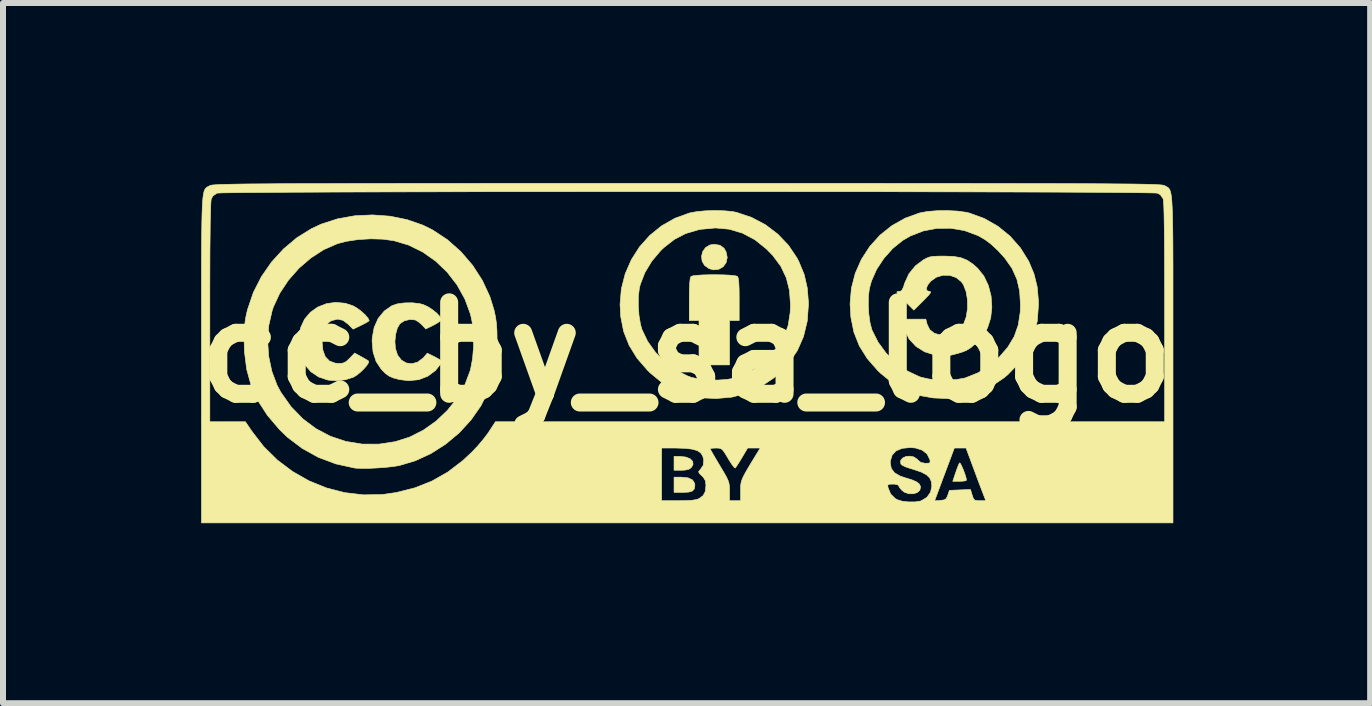
<source format=kicad_pcb>
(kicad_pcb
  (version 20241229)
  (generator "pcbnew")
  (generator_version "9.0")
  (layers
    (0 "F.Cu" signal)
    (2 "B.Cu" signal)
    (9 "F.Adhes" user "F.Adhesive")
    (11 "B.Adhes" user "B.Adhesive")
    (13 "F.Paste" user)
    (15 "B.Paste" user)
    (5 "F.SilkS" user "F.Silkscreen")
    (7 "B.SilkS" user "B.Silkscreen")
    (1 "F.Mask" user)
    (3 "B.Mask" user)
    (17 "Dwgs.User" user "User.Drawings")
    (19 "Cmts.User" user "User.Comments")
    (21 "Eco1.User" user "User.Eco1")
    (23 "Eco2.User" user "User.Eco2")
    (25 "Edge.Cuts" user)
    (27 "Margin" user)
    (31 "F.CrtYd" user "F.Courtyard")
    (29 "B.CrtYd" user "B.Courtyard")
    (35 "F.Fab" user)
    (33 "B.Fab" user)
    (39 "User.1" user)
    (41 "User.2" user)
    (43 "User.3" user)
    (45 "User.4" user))
  (footprint "cc_by_sa_logo"
    (layer "F.Cu")
    (at 8.389 2.822)
    (property "Reference" "cc_by_sa_logo" (at 0 0 0) (layer "F.SilkS") (effects (font (size 1.524 1.524) (thickness 0.3))))
    (attr through_hole)
    (fp_poly (pts (xy -0.015 1.743) (xy 0.06 1.772) (xy 0.103 1.816) (xy 0.108 1.868) (xy 0.079 1.918) (xy 0.038 1.947) (xy -0.027 1.961) (xy -0.084 1.963) (xy -0.208 1.963) (xy -0.208 1.732) (xy -0.117 1.732) (xy -0.015 1.743)) (stroke (width 0.01) (type solid)) (fill yes) (layer "F.SilkS"))
    (fp_poly (pts (xy 0.027 2.09) (xy 0.101 2.126) (xy 0.136 2.185) (xy 0.139 2.213) (xy 0.13 2.272) (xy 0.099 2.308) (xy 0.037 2.327) (xy -0.062 2.332) (xy -0.208 2.332) (xy -0.208 2.078) (xy -0.086 2.078) (xy 0.027 2.09)) (stroke (width 0.01) (type solid)) (fill yes) (layer "F.SilkS"))
    (fp_poly (pts (xy 4.563 1.851) (xy 4.585 1.895) (xy 4.612 1.956) (xy 4.637 2.024) (xy 4.656 2.085) (xy 4.664 2.127) (xy 4.664 2.129) (xy 4.644 2.14) (xy 4.591 2.146) (xy 4.55 2.147) (xy 4.436 2.147) (xy 4.484 2.003) (xy 4.511 1.926) (xy 4.535 1.867) (xy 4.549 1.84) (xy 4.563 1.851)) (stroke (width 0.01) (type solid)) (fill yes) (layer "F.SilkS"))
    (fp_poly (pts (xy 0.555 -1.786) (xy 0.623 -1.738) (xy 0.658 -1.678) (xy 0.678 -1.582) (xy 0.659 -1.496) (xy 0.61 -1.428) (xy 0.538 -1.386) (xy 0.449 -1.376) (xy 0.374 -1.397) (xy 0.3 -1.45) (xy 0.259 -1.522) (xy 0.25 -1.603) (xy 0.27 -1.681) (xy 0.317 -1.747) (xy 0.389 -1.79) (xy 0.458 -1.801) (xy 0.555 -1.786)) (stroke (width 0.01) (type solid)) (fill yes) (layer "F.SilkS"))
    (fp_poly (pts (xy 0.621 -1.292) (xy 0.722 -1.287) (xy 0.8 -1.279) (xy 0.845 -1.269) (xy 0.85 -1.265) (xy 0.862 -1.233) (xy 0.871 -1.162) (xy 0.876 -1.049) (xy 0.877 -0.894) (xy 0.877 -0.884) (xy 0.877 -0.531) (xy 0.716 -0.531) (xy 0.716 0.208) (xy 0.208 0.208) (xy 0.208 -0.531) (xy 0.046 -0.531) (xy 0.046 -0.884) (xy 0.048 -1.042) (xy 0.053 -1.157) (xy 0.061 -1.23) (xy 0.073 -1.265) (xy 0.074 -1.265) (xy 0.108 -1.277) (xy 0.178 -1.285) (xy 0.274 -1.291) (xy 0.387 -1.294) (xy 0.506 -1.294) (xy 0.621 -1.292)) (stroke (width 0.01) (type solid)) (fill yes) (layer "F.SilkS"))
    (fp_poly (pts (xy -5.687 -0.819) (xy -5.558 -0.777) (xy -5.49 -0.738) (xy -5.419 -0.685) (xy -5.354 -0.626) (xy -5.307 -0.571) (xy -5.288 -0.531) (xy -5.288 -0.53) (xy -5.307 -0.514) (xy -5.357 -0.485) (xy -5.422 -0.452) (xy -5.556 -0.388) (xy -5.639 -0.471) (xy -5.725 -0.535) (xy -5.815 -0.555) (xy -5.913 -0.53) (xy -5.937 -0.518) (xy -6.008 -0.457) (xy -6.053 -0.359) (xy -6.072 -0.223) (xy -6.073 -0.18) (xy -6.059 -0.036) (xy -6.019 0.072) (xy -5.95 0.143) (xy -5.853 0.179) (xy -5.786 0.184) (xy -5.723 0.178) (xy -5.671 0.152) (xy -5.613 0.098) (xy -5.53 0.011) (xy -5.422 0.07) (xy -5.358 0.106) (xy -5.311 0.134) (xy -5.297 0.145) (xy -5.299 0.172) (xy -5.329 0.219) (xy -5.378 0.276) (xy -5.438 0.333) (xy -5.5 0.382) (xy -5.547 0.411) (xy -5.683 0.455) (xy -5.834 0.472) (xy -5.973 0.461) (xy -6.129 0.409) (xy -6.259 0.322) (xy -6.36 0.206) (xy -6.429 0.065) (xy -6.463 -0.094) (xy -6.46 -0.268) (xy -6.43 -0.413) (xy -6.365 -0.553) (xy -6.268 -0.668) (xy -6.144 -0.756) (xy -6.001 -0.812) (xy -5.847 -0.834) (xy -5.687 -0.819)) (stroke (width 0.01) (type solid)) (fill yes) (layer "F.SilkS"))
    (fp_poly (pts (xy -4.449 -0.813) (xy -4.387 -0.797) (xy -4.311 -0.762) (xy -4.232 -0.711) (xy -4.161 -0.653) (xy -4.109 -0.597) (xy -4.087 -0.551) (xy -4.087 -0.547) (xy -4.106 -0.522) (xy -4.156 -0.487) (xy -4.216 -0.454) (xy -4.345 -0.391) (xy -4.407 -0.458) (xy -4.462 -0.506) (xy -4.515 -0.539) (xy -4.523 -0.542) (xy -4.612 -0.549) (xy -4.704 -0.526) (xy -4.776 -0.478) (xy -4.819 -0.405) (xy -4.847 -0.302) (xy -4.859 -0.183) (xy -4.851 -0.067) (xy -4.814 0.046) (xy -4.751 0.128) (xy -4.669 0.176) (xy -4.575 0.188) (xy -4.479 0.161) (xy -4.389 0.093) (xy -4.371 0.073) (xy -4.32 0.013) (xy -4.191 0.076) (xy -4.112 0.12) (xy -4.078 0.153) (xy -4.079 0.168) (xy -4.182 0.3) (xy -4.311 0.396) (xy -4.461 0.454) (xy -4.628 0.471) (xy -4.78 0.453) (xy -4.883 0.426) (xy -4.957 0.394) (xy -5.021 0.347) (xy -5.087 0.279) (xy -5.172 0.151) (xy -5.223 -0.006) (xy -5.239 -0.188) (xy -5.237 -0.241) (xy -5.205 -0.415) (xy -5.138 -0.566) (xy -5.036 -0.69) (xy -4.91 -0.778) (xy -4.818 -0.809) (xy -4.7 -0.825) (xy -4.571 -0.827) (xy -4.449 -0.813)) (stroke (width 0.01) (type solid)) (fill yes) (layer "F.SilkS"))
    (fp_poly (pts (xy 4.449 -1.599) (xy 4.571 -1.578) (xy 4.674 -1.537) (xy 4.771 -1.472) (xy 4.851 -1.401) (xy 4.954 -1.272) (xy 5.029 -1.115) (xy 5.074 -0.94) (xy 5.087 -0.757) (xy 5.068 -0.575) (xy 5.015 -0.409) (xy 4.946 -0.291) (xy 4.848 -0.176) (xy 4.736 -0.079) (xy 4.662 -0.033) (xy 4.599 -0.008) (xy 4.514 0.018) (xy 4.421 0.042) (xy 4.335 0.06) (xy 4.27 0.068) (xy 4.249 0.067) (xy 4.221 0.061) (xy 4.165 0.05) (xy 4.143 0.045) (xy 3.968 -0.01) (xy 3.823 -0.1) (xy 3.71 -0.222) (xy 3.631 -0.376) (xy 3.602 -0.475) (xy 3.584 -0.554) (xy 3.987 -0.554) (xy 4.008 -0.47) (xy 4.052 -0.379) (xy 4.131 -0.318) (xy 4.245 -0.287) (xy 4.277 -0.283) (xy 4.404 -0.291) (xy 4.505 -0.335) (xy 4.585 -0.419) (xy 4.615 -0.469) (xy 4.66 -0.592) (xy 4.682 -0.732) (xy 4.681 -0.877) (xy 4.658 -1.013) (xy 4.614 -1.127) (xy 4.58 -1.177) (xy 4.493 -1.247) (xy 4.387 -1.284) (xy 4.272 -1.286) (xy 4.162 -1.253) (xy 4.071 -1.189) (xy 4.018 -1.124) (xy 3.996 -1.068) (xy 4.005 -1.03) (xy 4.046 -1.016) (xy 4.066 -1.011) (xy 4.064 -0.994) (xy 4.037 -0.958) (xy 3.981 -0.899) (xy 3.943 -0.86) (xy 3.787 -0.705) (xy 3.631 -0.86) (xy 3.56 -0.932) (xy 3.519 -0.978) (xy 3.504 -1.003) (xy 3.512 -1.014) (xy 3.535 -1.016) (xy 3.569 -1.021) (xy 3.593 -1.044) (xy 3.616 -1.093) (xy 3.634 -1.153) (xy 3.705 -1.309) (xy 3.813 -1.442) (xy 3.945 -1.541) (xy 3.998 -1.57) (xy 4.046 -1.589) (xy 4.103 -1.599) (xy 4.181 -1.604) (xy 4.292 -1.605) (xy 4.295 -1.605) (xy 4.449 -1.599)) (stroke (width 0.01) (type solid)) (fill yes) (layer "F.SilkS"))
    (fp_poly (pts (xy 0.624 -2.36) (xy 0.76 -2.348) (xy 0.831 -2.334) (xy 1.082 -2.25) (xy 1.314 -2.128) (xy 1.521 -1.971) (xy 1.699 -1.784) (xy 1.842 -1.571) (xy 1.872 -1.512) (xy 1.96 -1.299) (xy 2.011 -1.077) (xy 2.031 -0.835) (xy 2.031 -0.797) (xy 2.011 -0.521) (xy 1.949 -0.265) (xy 1.847 -0.032) (xy 1.704 0.18) (xy 1.521 0.369) (xy 1.45 0.428) (xy 1.229 0.576) (xy 0.999 0.681) (xy 0.756 0.745) (xy 0.494 0.768) (xy 0.277 0.758) (xy 0.037 0.716) (xy -0.186 0.635) (xy -0.396 0.514) (xy -0.598 0.348) (xy -0.647 0.301) (xy -0.824 0.097) (xy -0.957 -0.119) (xy -1.048 -0.35) (xy -1.097 -0.599) (xy -1.106 -0.775) (xy -0.804 -0.775) (xy -0.792 -0.613) (xy -0.767 -0.465) (xy -0.743 -0.382) (xy -0.649 -0.185) (xy -0.518 -0.002) (xy -0.358 0.161) (xy -0.177 0.295) (xy 0.018 0.393) (xy 0.079 0.415) (xy 0.205 0.443) (xy 0.357 0.458) (xy 0.518 0.461) (xy 0.671 0.451) (xy 0.799 0.428) (xy 0.81 0.425) (xy 1.026 0.339) (xy 1.227 0.211) (xy 1.375 0.081) (xy 1.521 -0.087) (xy 1.626 -0.261) (xy 1.694 -0.452) (xy 1.727 -0.666) (xy 1.732 -0.797) (xy 1.715 -1.033) (xy 1.662 -1.243) (xy 1.571 -1.435) (xy 1.438 -1.614) (xy 1.333 -1.722) (xy 1.14 -1.877) (xy 0.933 -1.987) (xy 0.712 -2.053) (xy 0.48 -2.074) (xy 0.236 -2.051) (xy 0.196 -2.043) (xy -0.014 -1.981) (xy -0.202 -1.884) (xy -0.376 -1.748) (xy -0.428 -1.699) (xy -0.578 -1.522) (xy -0.694 -1.33) (xy -0.771 -1.132) (xy -0.786 -1.07) (xy -0.803 -0.933) (xy -0.804 -0.775) (xy -1.106 -0.775) (xy -1.108 -0.797) (xy -1.086 -1.059) (xy -1.022 -1.31) (xy -0.92 -1.544) (xy -0.783 -1.759) (xy -0.614 -1.948) (xy -0.417 -2.108) (xy -0.194 -2.235) (xy 0.048 -2.323) (xy 0.165 -2.345) (xy 0.31 -2.359) (xy 0.469 -2.364) (xy 0.624 -2.36)) (stroke (width 0.01) (type solid)) (fill yes) (layer "F.SilkS"))
    (fp_poly (pts (xy 4.511 -2.355) (xy 4.657 -2.335) (xy 4.71 -2.323) (xy 4.96 -2.232) (xy 5.188 -2.102) (xy 5.391 -1.937) (xy 5.564 -1.74) (xy 5.702 -1.517) (xy 5.789 -1.309) (xy 5.842 -1.095) (xy 5.863 -0.861) (xy 5.864 -0.797) (xy 5.844 -0.521) (xy 5.782 -0.265) (xy 5.68 -0.032) (xy 5.537 0.18) (xy 5.354 0.369) (xy 5.283 0.428) (xy 5.062 0.576) (xy 4.832 0.681) (xy 4.589 0.745) (xy 4.327 0.768) (xy 4.11 0.758) (xy 3.871 0.716) (xy 3.648 0.636) (xy 3.438 0.514) (xy 3.235 0.349) (xy 3.185 0.301) (xy 3.01 0.101) (xy 2.878 -0.111) (xy 2.788 -0.339) (xy 2.738 -0.588) (xy 2.726 -0.793) (xy 3.028 -0.793) (xy 3.037 -0.639) (xy 3.057 -0.496) (xy 3.087 -0.38) (xy 3.09 -0.372) (xy 3.191 -0.171) (xy 3.327 0.014) (xy 3.491 0.176) (xy 3.676 0.308) (xy 3.874 0.402) (xy 3.912 0.415) (xy 4.038 0.443) (xy 4.19 0.458) (xy 4.351 0.461) (xy 4.504 0.451) (xy 4.632 0.428) (xy 4.643 0.425) (xy 4.859 0.339) (xy 5.058 0.212) (xy 5.207 0.081) (xy 5.354 -0.089) (xy 5.46 -0.265) (xy 5.527 -0.456) (xy 5.56 -0.67) (xy 5.564 -0.797) (xy 5.55 -1.023) (xy 5.504 -1.221) (xy 5.423 -1.401) (xy 5.303 -1.572) (xy 5.195 -1.691) (xy 5.08 -1.799) (xy 4.974 -1.879) (xy 4.865 -1.942) (xy 4.852 -1.948) (xy 4.631 -2.03) (xy 4.402 -2.069) (xy 4.17 -2.067) (xy 3.944 -2.024) (xy 3.729 -1.94) (xy 3.602 -1.867) (xy 3.435 -1.732) (xy 3.288 -1.567) (xy 3.167 -1.384) (xy 3.081 -1.19) (xy 3.047 -1.068) (xy 3.031 -0.941) (xy 3.028 -0.793) (xy 2.726 -0.793) (xy 2.725 -0.81) (xy 2.747 -1.07) (xy 2.811 -1.318) (xy 2.914 -1.551) (xy 3.052 -1.764) (xy 3.222 -1.953) (xy 3.421 -2.112) (xy 3.645 -2.238) (xy 3.881 -2.323) (xy 4.012 -2.348) (xy 4.172 -2.361) (xy 4.344 -2.363) (xy 4.511 -2.355)) (stroke (width 0.01) (type solid)) (fill yes) (layer "F.SilkS"))
    (fp_poly (pts (xy -4.941 -2.27) (xy -4.659 -2.213) (xy -4.394 -2.121) (xy -4.235 -2.043) (xy -3.986 -1.879) (xy -3.761 -1.68) (xy -3.565 -1.452) (xy -3.403 -1.201) (xy -3.278 -0.933) (xy -3.207 -0.704) (xy -3.183 -0.591) (xy -3.167 -0.48) (xy -3.159 -0.354) (xy -3.157 -0.2) (xy -3.157 -0.185) (xy -3.162 0.026) (xy -3.18 0.207) (xy -3.213 0.372) (xy -3.263 0.537) (xy -3.301 0.637) (xy -3.426 0.889) (xy -3.591 1.125) (xy -3.788 1.34) (xy -4.013 1.528) (xy -4.259 1.685) (xy -4.522 1.806) (xy -4.784 1.884) (xy -4.881 1.9) (xy -5.005 1.914) (xy -5.142 1.924) (xy -5.28 1.931) (xy -5.405 1.932) (xy -5.503 1.929) (xy -5.53 1.926) (xy -5.841 1.858) (xy -6.133 1.749) (xy -6.404 1.599) (xy -6.651 1.412) (xy -6.786 1.281) (xy -6.985 1.046) (xy -7.141 0.805) (xy -7.255 0.551) (xy -7.329 0.28) (xy -7.366 -0.013) (xy -7.371 -0.19) (xy -6.98 -0.19) (xy -6.962 0.067) (xy -6.909 0.317) (xy -6.822 0.548) (xy -6.759 0.665) (xy -6.59 0.904) (xy -6.394 1.106) (xy -6.174 1.271) (xy -5.934 1.397) (xy -5.677 1.483) (xy -5.407 1.527) (xy -5.126 1.528) (xy -4.855 1.487) (xy -4.615 1.411) (xy -4.385 1.295) (xy -4.172 1.144) (xy -3.982 0.963) (xy -3.82 0.759) (xy -3.692 0.536) (xy -3.603 0.299) (xy -3.599 0.285) (xy -3.565 0.103) (xy -3.548 -0.102) (xy -3.551 -0.31) (xy -3.572 -0.506) (xy -3.599 -0.634) (xy -3.693 -0.889) (xy -3.824 -1.125) (xy -3.988 -1.337) (xy -4.18 -1.521) (xy -4.396 -1.673) (xy -4.632 -1.789) (xy -4.874 -1.861) (xy -5.057 -1.887) (xy -5.261 -1.893) (xy -5.471 -1.881) (xy -5.668 -1.851) (xy -5.818 -1.812) (xy -6.046 -1.712) (xy -6.262 -1.572) (xy -6.46 -1.401) (xy -6.634 -1.203) (xy -6.778 -0.986) (xy -6.884 -0.757) (xy -6.905 -0.695) (xy -6.961 -0.448) (xy -6.98 -0.19) (xy -7.371 -0.19) (xy -7.371 -0.196) (xy -7.369 -0.343) (xy -7.362 -0.459) (xy -7.348 -0.564) (xy -7.325 -0.672) (xy -7.311 -0.724) (xy -7.217 -1) (xy -7.083 -1.263) (xy -6.914 -1.506) (xy -6.715 -1.724) (xy -6.491 -1.912) (xy -6.246 -2.064) (xy -6.086 -2.138) (xy -5.814 -2.226) (xy -5.527 -2.277) (xy -5.233 -2.291) (xy -4.941 -2.27)) (stroke (width 0.01) (type solid)) (fill yes) (layer "F.SilkS"))
    (fp_poly (pts (xy 0.731 -2.817) (xy 1.406 -2.817) (xy 2.037 -2.817) (xy 2.627 -2.817) (xy 3.176 -2.817) (xy 3.686 -2.816) (xy 4.159 -2.816) (xy 4.595 -2.816) (xy 4.997 -2.815) (xy 5.366 -2.815) (xy 5.702 -2.814) (xy 6.009 -2.814) (xy 6.286 -2.813) (xy 6.536 -2.812) (xy 6.76 -2.811) (xy 6.959 -2.81) (xy 7.135 -2.808) (xy 7.29 -2.807) (xy 7.424 -2.806) (xy 7.539 -2.804) (xy 7.637 -2.802) (xy 7.718 -2.8) (xy 7.785 -2.798) (xy 7.839 -2.795) (xy 7.882 -2.793) (xy 7.914 -2.79) (xy 7.937 -2.787) (xy 7.953 -2.784) (xy 7.963 -2.781) (xy 7.965 -2.779) (xy 7.986 -2.768) (xy 8.005 -2.758) (xy 8.021 -2.748) (xy 8.036 -2.734) (xy 8.049 -2.715) (xy 8.06 -2.688) (xy 8.07 -2.649) (xy 8.078 -2.598) (xy 8.085 -2.531) (xy 8.09 -2.446) (xy 8.095 -2.341) (xy 8.098 -2.212) (xy 8.101 -2.058) (xy 8.103 -1.876) (xy 8.104 -1.664) (xy 8.105 -1.419) (xy 8.105 -1.139) (xy 8.105 -0.821) (xy 8.105 -0.462) (xy 8.105 -0.061) (xy 8.105 0.113) (xy 8.105 2.84) (xy -8.082 2.84) (xy -8.082 0.113) (xy -8.082 -0.306) (xy -8.082 -0.681) (xy -8.082 -0.683) (xy -7.943 -0.683) (xy -7.943 1.155) (xy -7.35 1.155) (xy -7.245 1.31) (xy -7.046 1.568) (xy -6.818 1.793) (xy -6.564 1.984) (xy -6.29 2.14) (xy -5.999 2.258) (xy -5.696 2.336) (xy -5.385 2.373) (xy -5.069 2.368) (xy -4.833 2.334) (xy -4.523 2.255) (xy -4.241 2.143) (xy -3.979 1.994) (xy -3.731 1.805) (xy -3.575 1.66) (xy -3.512 1.593) (xy -0.416 1.593) (xy -0.416 2.471) (xy -0.137 2.471) (xy 0.002 2.469) (xy 0.103 2.462) (xy 0.172 2.45) (xy 0.208 2.436) (xy 0.276 2.386) (xy 0.312 2.319) (xy 0.323 2.22) (xy 0.323 2.216) (xy 0.315 2.14) (xy 0.282 2.083) (xy 0.255 2.056) (xy 0.212 2.014) (xy 0.201 1.988) (xy 0.217 1.964) (xy 0.23 1.952) (xy 0.279 1.879) (xy 0.287 1.79) (xy 0.269 1.724) (xy 0.235 1.673) (xy 0.179 1.636) (xy 0.096 1.612) (xy 0.038 1.605) (xy 0.393 1.605) (xy 0.404 1.628) (xy 0.435 1.683) (xy 0.481 1.762) (xy 0.538 1.858) (xy 0.554 1.885) (xy 0.619 1.994) (xy 0.664 2.073) (xy 0.692 2.133) (xy 0.708 2.184) (xy 0.714 2.235) (xy 0.716 2.296) (xy 0.716 2.312) (xy 0.716 2.471) (xy 0.901 2.471) (xy 0.901 2.303) (xy 0.901 2.247) (xy 0.903 2.207) (xy 3.354 2.207) (xy 3.354 2.237) (xy 3.359 2.257) (xy 3.402 2.36) (xy 3.475 2.433) (xy 3.514 2.455) (xy 3.594 2.479) (xy 3.698 2.491) (xy 3.805 2.491) (xy 3.896 2.477) (xy 3.906 2.473) (xy 4.133 2.473) (xy 4.23 2.466) (xy 4.293 2.457) (xy 4.327 2.435) (xy 4.35 2.387) (xy 4.353 2.378) (xy 4.38 2.298) (xy 4.555 2.291) (xy 4.731 2.284) (xy 4.759 2.377) (xy 4.78 2.436) (xy 4.805 2.463) (xy 4.853 2.47) (xy 4.887 2.471) (xy 4.987 2.471) (xy 4.944 2.361) (xy 4.921 2.3) (xy 4.885 2.206) (xy 4.842 2.092) (xy 4.796 1.967) (xy 4.779 1.922) (xy 4.657 1.593) (xy 4.462 1.593) (xy 4.365 1.853) (xy 4.318 1.978) (xy 4.269 2.108) (xy 4.225 2.227) (xy 4.2 2.293) (xy 4.133 2.473) (xy 3.906 2.473) (xy 3.913 2.471) (xy 4.005 2.414) (xy 4.065 2.331) (xy 4.087 2.23) (xy 4.079 2.152) (xy 4.051 2.09) (xy 3.998 2.039) (xy 3.913 1.994) (xy 3.791 1.952) (xy 3.714 1.929) (xy 3.642 1.904) (xy 3.588 1.876) (xy 3.57 1.857) (xy 3.567 1.802) (xy 3.599 1.761) (xy 3.653 1.735) (xy 3.719 1.728) (xy 3.786 1.741) (xy 3.843 1.779) (xy 3.852 1.79) (xy 3.903 1.833) (xy 3.974 1.847) (xy 3.983 1.847) (xy 4.039 1.845) (xy 4.059 1.831) (xy 4.056 1.795) (xy 4.053 1.784) (xy 4.008 1.692) (xy 3.927 1.628) (xy 3.813 1.592) (xy 3.729 1.585) (xy 3.593 1.598) (xy 3.492 1.64) (xy 3.426 1.71) (xy 3.396 1.808) (xy 3.394 1.843) (xy 3.412 1.935) (xy 3.466 2.006) (xy 3.559 2.06) (xy 3.639 2.087) (xy 3.756 2.123) (xy 3.833 2.157) (xy 3.878 2.192) (xy 3.898 2.234) (xy 3.899 2.239) (xy 3.888 2.295) (xy 3.844 2.335) (xy 3.78 2.355) (xy 3.706 2.355) (xy 3.634 2.331) (xy 3.59 2.299) (xy 3.551 2.254) (xy 3.533 2.22) (xy 3.533 2.218) (xy 3.512 2.203) (xy 3.461 2.194) (xy 3.438 2.194) (xy 3.378 2.196) (xy 3.354 2.207) (xy 0.903 2.207) (xy 0.904 2.2) (xy 0.912 2.156) (xy 0.928 2.108) (xy 0.956 2.049) (xy 0.997 1.974) (xy 1.055 1.876) (xy 1.133 1.748) (xy 1.182 1.668) (xy 1.228 1.593) (xy 1.018 1.593) (xy 0.922 1.755) (xy 0.875 1.832) (xy 0.837 1.891) (xy 0.813 1.924) (xy 0.81 1.927) (xy 0.792 1.913) (xy 0.757 1.868) (xy 0.712 1.799) (xy 0.692 1.765) (xy 0.642 1.682) (xy 0.607 1.632) (xy 0.576 1.605) (xy 0.542 1.595) (xy 0.495 1.593) (xy 0.491 1.593) (xy 0.431 1.596) (xy 0.396 1.602) (xy 0.393 1.605) (xy 0.038 1.605) (xy -0.021 1.598) (xy -0.178 1.593) (xy -0.195 1.593) (xy -0.416 1.593) (xy -3.512 1.593) (xy -3.485 1.565) (xy -3.396 1.46) (xy -3.319 1.36) (xy -3.291 1.319) (xy -3.184 1.155) (xy 7.966 1.155) (xy 7.966 -0.666) (xy 7.966 -1.053) (xy 7.965 -1.395) (xy 7.964 -1.692) (xy 7.962 -1.944) (xy 7.959 -2.152) (xy 7.956 -2.317) (xy 7.952 -2.439) (xy 7.947 -2.519) (xy 7.942 -2.557) (xy 7.942 -2.558) (xy 7.896 -2.626) (xy 7.846 -2.654) (xy 7.816 -2.656) (xy 7.743 -2.658) (xy 7.627 -2.66) (xy 7.471 -2.662) (xy 7.278 -2.664) (xy 7.049 -2.666) (xy 6.785 -2.668) (xy 6.49 -2.669) (xy 6.166 -2.671) (xy 5.814 -2.672) (xy 5.436 -2.673) (xy 5.035 -2.674) (xy 4.613 -2.675) (xy 4.171 -2.676) (xy 3.712 -2.677) (xy 3.238 -2.678) (xy 2.751 -2.679) (xy 2.252 -2.679) (xy 1.745 -2.679) (xy 1.231 -2.68) (xy 0.712 -2.68) (xy 0.19 -2.68) (xy -0.333 -2.68) (xy -0.854 -2.68) (xy -1.371 -2.68) (xy -1.884 -2.679) (xy -2.388 -2.679) (xy -2.883 -2.678) (xy -3.367 -2.678) (xy -3.836 -2.677) (xy -4.29 -2.676) (xy -4.726 -2.675) (xy -5.142 -2.674) (xy -5.536 -2.673) (xy -5.905 -2.672) (xy -6.249 -2.67) (xy -6.564 -2.669) (xy -6.849 -2.667) (xy -7.102 -2.665) (xy -7.32 -2.664) (xy -7.502 -2.662) (xy -7.645 -2.66) (xy -7.748 -2.658) (xy -7.807 -2.655) (xy -7.823 -2.654) (xy -7.891 -2.608) (xy -7.919 -2.558) (xy -7.924 -2.521) (xy -7.928 -2.443) (xy -7.932 -2.323) (xy -7.936 -2.16) (xy -7.938 -1.953) (xy -7.941 -1.703) (xy -7.942 -1.408) (xy -7.943 -1.069) (xy -7.943 -0.683) (xy -8.082 -0.683) (xy -8.082 -1.015) (xy -8.082 -1.311) (xy -8.081 -1.57) (xy -8.08 -1.795) (xy -8.078 -1.989) (xy -8.076 -2.153) (xy -8.073 -2.292) (xy -8.069 -2.406) (xy -8.064 -2.499) (xy -8.058 -2.573) (xy -8.05 -2.63) (xy -8.041 -2.674) (xy -8.031 -2.705) (xy -8.018 -2.727) (xy -8.004 -2.743) (xy -7.989 -2.754) (xy -7.971 -2.764) (xy -7.951 -2.774) (xy -7.942 -2.779) (xy -7.934 -2.783) (xy -7.92 -2.786) (xy -7.9 -2.789) (xy -7.871 -2.792) (xy -7.832 -2.794) (xy -7.783 -2.797) (xy -7.72 -2.799) (xy -7.644 -2.801) (xy -7.552 -2.803) (xy -7.443 -2.805) (xy -7.316 -2.807) (xy -7.168 -2.808) (xy -7 -2.809) (xy -6.809 -2.811) (xy -6.594 -2.812) (xy -6.353 -2.813) (xy -6.086 -2.813) (xy -5.79 -2.814) (xy -5.464 -2.815) (xy -5.106 -2.815) (xy -4.716 -2.816) (xy -4.292 -2.816) (xy -3.832 -2.816) (xy -3.335 -2.817) (xy -2.8 -2.817) (xy -2.225 -2.817) (xy -1.608 -2.817) (xy -0.948 -2.817) (xy -0.245 -2.817) (xy 0.012 -2.817) (xy 0.731 -2.817)) (stroke (width 0.01) (type solid)) (fill yes) (layer "F.SilkS")))
  (gr_rect
    (start -3 -3)
    (end 19.779 8.667)
    (stroke (width 0.1) (type default))
    (fill no)
    (layer "Edge.Cuts")))
</source>
